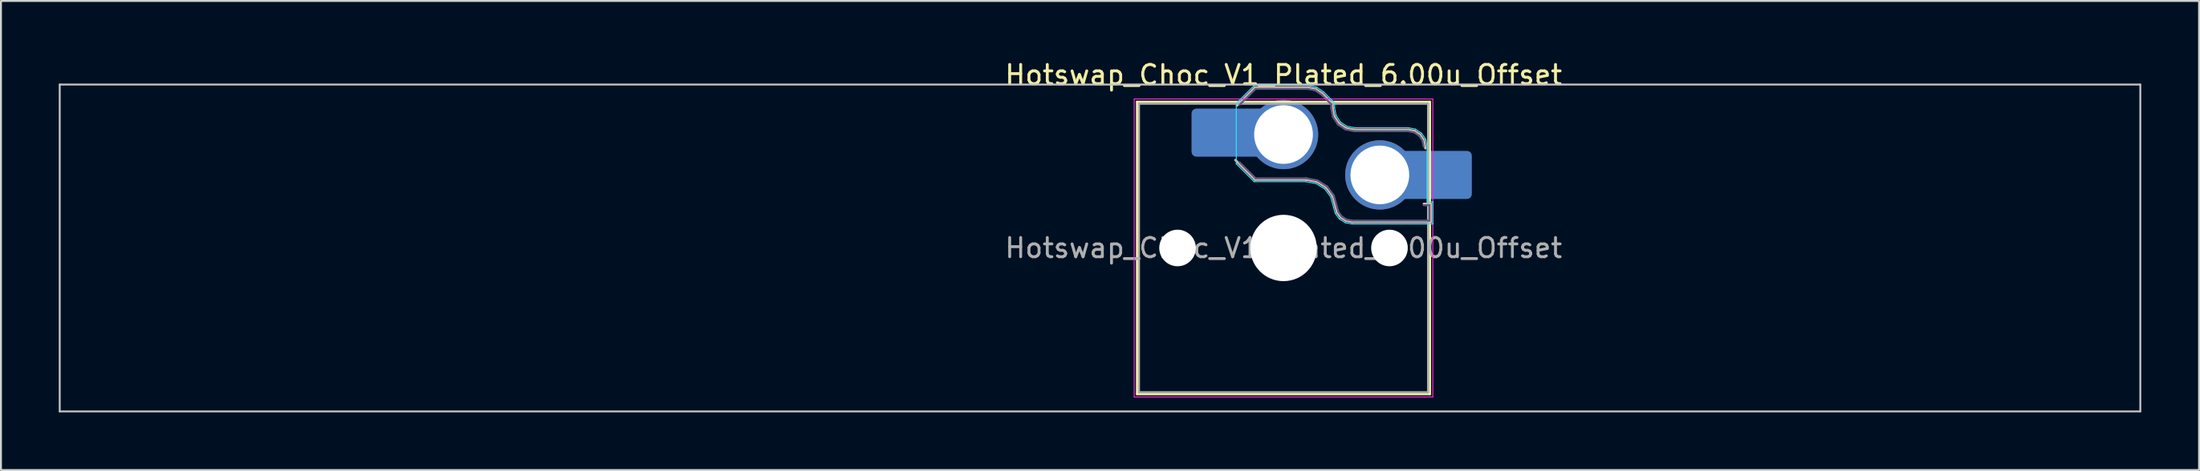
<source format=kicad_pcb>
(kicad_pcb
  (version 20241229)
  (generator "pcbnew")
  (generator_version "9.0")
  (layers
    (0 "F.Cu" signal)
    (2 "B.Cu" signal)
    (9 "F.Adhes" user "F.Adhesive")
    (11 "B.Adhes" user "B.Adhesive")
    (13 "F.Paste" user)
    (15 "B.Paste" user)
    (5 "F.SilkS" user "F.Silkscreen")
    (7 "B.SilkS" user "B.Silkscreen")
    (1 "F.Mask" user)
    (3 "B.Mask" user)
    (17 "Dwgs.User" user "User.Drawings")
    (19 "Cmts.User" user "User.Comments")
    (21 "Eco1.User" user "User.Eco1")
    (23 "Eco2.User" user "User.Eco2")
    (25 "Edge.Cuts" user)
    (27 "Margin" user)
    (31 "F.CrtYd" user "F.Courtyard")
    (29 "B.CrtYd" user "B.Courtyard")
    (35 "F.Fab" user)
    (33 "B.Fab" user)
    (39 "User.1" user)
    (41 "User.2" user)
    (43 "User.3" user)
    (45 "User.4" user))
  (footprint "Hotswap_Choc_V1_Plated_6.00u_Offset"
    (layer "F.Cu")
    (at 63.575 9.848)
    (property "Reference" "Hotswap_Choc_V1_Plated_6.00u_Offset" (at 0 -9 0) (layer "F.SilkS") (effects (font (size 1 1) (thickness 0.15))))
    (attr smd)
    (fp_line (start -7.6 -7.6) (end -7.6 7.6) (stroke (width 0.12) (type solid)) (layer "F.SilkS"))
    (fp_line (start -7.6 7.6) (end 7.6 7.6) (stroke (width 0.12) (type solid)) (layer "F.SilkS"))
    (fp_line (start 7.6 -7.6) (end -7.6 -7.6) (stroke (width 0.12) (type solid)) (layer "F.SilkS"))
    (fp_line (start 7.6 7.6) (end 7.6 -7.6) (stroke (width 0.12) (type solid)) (layer "F.SilkS"))
    (fp_line (start -2.416 -7.409) (end -1.479 -8.346) (stroke (width 0.12) (type solid)) (layer "B.SilkS"))
    (fp_line (start -1.479 -8.346) (end 1.268 -8.346) (stroke (width 0.12) (type solid)) (layer "B.SilkS"))
    (fp_line (start -1.479 -3.554) (end -2.5 -4.575) (stroke (width 0.12) (type solid)) (layer "B.SilkS"))
    (fp_line (start 1.168 -3.554) (end -1.479 -3.554) (stroke (width 0.12) (type solid)) (layer "B.SilkS"))
    (fp_line (start 1.268 -8.346) (end 1.671 -8.266) (stroke (width 0.12) (type solid)) (layer "B.SilkS"))
    (fp_line (start 1.671 -8.266) (end 2.013 -8.037) (stroke (width 0.12) (type solid)) (layer "B.SilkS"))
    (fp_line (start 1.73 -3.449) (end 1.168 -3.554) (stroke (width 0.12) (type solid)) (layer "B.SilkS"))
    (fp_line (start 2.013 -8.037) (end 2.546 -7.504) (stroke (width 0.12) (type solid)) (layer "B.SilkS"))
    (fp_line (start 2.209 -3.15) (end 1.73 -3.449) (stroke (width 0.12) (type solid)) (layer "B.SilkS"))
    (fp_line (start 2.546 -7.504) (end 2.546 -7.282) (stroke (width 0.12) (type solid)) (layer "B.SilkS"))
    (fp_line (start 2.546 -7.282) (end 2.633 -6.844) (stroke (width 0.12) (type solid)) (layer "B.SilkS"))
    (fp_line (start 2.547 -2.697) (end 2.209 -3.15) (stroke (width 0.12) (type solid)) (layer "B.SilkS"))
    (fp_line (start 2.633 -6.844) (end 2.877 -6.477) (stroke (width 0.12) (type solid)) (layer "B.SilkS"))
    (fp_line (start 2.701 -2.139) (end 2.547 -2.697) (stroke (width 0.12) (type solid)) (layer "B.SilkS"))
    (fp_line (start 2.783 -1.841) (end 2.701 -2.139) (stroke (width 0.12) (type solid)) (layer "B.SilkS"))
    (fp_line (start 2.877 -6.477) (end 3.244 -6.233) (stroke (width 0.12) (type solid)) (layer "B.SilkS"))
    (fp_line (start 2.976 -1.583) (end 2.783 -1.841) (stroke (width 0.12) (type solid)) (layer "B.SilkS"))
    (fp_line (start 3.244 -6.233) (end 3.682 -6.146) (stroke (width 0.12) (type solid)) (layer "B.SilkS"))
    (fp_line (start 3.25 -1.413) (end 2.976 -1.583) (stroke (width 0.12) (type solid)) (layer "B.SilkS"))
    (fp_line (start 3.56 -1.354) (end 3.25 -1.413) (stroke (width 0.12) (type solid)) (layer "B.SilkS"))
    (fp_line (start 3.682 -6.146) (end 6.482 -6.146) (stroke (width 0.12) (type solid)) (layer "B.SilkS"))
    (fp_line (start 6.482 -6.146) (end 6.809 -6.081) (stroke (width 0.12) (type solid)) (layer "B.SilkS"))
    (fp_line (start 6.809 -6.081) (end 7.092 -5.892) (stroke (width 0.12) (type solid)) (layer "B.SilkS"))
    (fp_line (start 7.092 -5.892) (end 7.281 -5.609) (stroke (width 0.12) (type solid)) (layer "B.SilkS"))
    (fp_line (start 7.281 -5.609) (end 7.366 -5.182) (stroke (width 0.12) (type solid)) (layer "B.SilkS"))
    (fp_line (start 7.283 -2.296) (end 7.646 -2.296) (stroke (width 0.12) (type solid)) (layer "B.SilkS"))
    (fp_line (start 7.646 -2.296) (end 7.646 -1.354) (stroke (width 0.12) (type solid)) (layer "B.SilkS"))
    (fp_line (start 7.646 -1.354) (end 3.56 -1.354) (stroke (width 0.12) (type solid)) (layer "B.SilkS"))
    (fp_line (start -63.525 -8.5) (end -63.525 8.5) (stroke (width 0.1) (type solid)) (layer "Dwgs.User"))
    (fp_line (start -63.525 8.5) (end 44.475 8.5) (stroke (width 0.1) (type solid)) (layer "Dwgs.User"))
    (fp_line (start 44.475 -8.5) (end -63.525 -8.5) (stroke (width 0.1) (type solid)) (layer "Dwgs.User"))
    (fp_line (start 44.475 8.5) (end 44.475 -8.5) (stroke (width 0.1) (type solid)) (layer "Dwgs.User"))
    (fp_line (start -7.25 -7.25) (end -7.25 7.25) (stroke (width 0.1) (type solid)) (layer "Eco1.User"))
    (fp_line (start -7.25 7.25) (end 7.25 7.25) (stroke (width 0.1) (type solid)) (layer "Eco1.User"))
    (fp_line (start 7.25 -7.25) (end -7.25 -7.25) (stroke (width 0.1) (type solid)) (layer "Eco1.User"))
    (fp_line (start 7.25 7.25) (end 7.25 -7.25) (stroke (width 0.1) (type solid)) (layer "Eco1.User"))
    (fp_line (start -2.452 -7.523) (end -1.523 -8.452) (stroke (width 0.05) (type solid)) (layer "B.CrtYd"))
    (fp_line (start -2.452 -4.377) (end -2.452 -7.523) (stroke (width 0.05) (type solid)) (layer "B.CrtYd"))
    (fp_line (start -1.523 -8.452) (end 1.278 -8.452) (stroke (width 0.05) (type solid)) (layer "B.CrtYd"))
    (fp_line (start -1.523 -3.448) (end -2.452 -4.377) (stroke (width 0.05) (type solid)) (layer "B.CrtYd"))
    (fp_line (start 1.159 -3.448) (end -1.523 -3.448) (stroke (width 0.05) (type solid)) (layer "B.CrtYd"))
    (fp_line (start 1.278 -8.452) (end 1.712 -8.366) (stroke (width 0.05) (type solid)) (layer "B.CrtYd"))
    (fp_line (start 1.691 -3.348) (end 1.159 -3.448) (stroke (width 0.05) (type solid)) (layer "B.CrtYd"))
    (fp_line (start 1.712 -8.366) (end 2.081 -8.119) (stroke (width 0.05) (type solid)) (layer "B.CrtYd"))
    (fp_line (start 2.081 -8.119) (end 2.652 -7.548) (stroke (width 0.05) (type solid)) (layer "B.CrtYd"))
    (fp_line (start 2.136 -3.071) (end 1.691 -3.348) (stroke (width 0.05) (type solid)) (layer "B.CrtYd"))
    (fp_line (start 2.45 -2.65) (end 2.136 -3.071) (stroke (width 0.05) (type solid)) (layer "B.CrtYd"))
    (fp_line (start 2.599 -2.111) (end 2.45 -2.65) (stroke (width 0.05) (type solid)) (layer "B.CrtYd"))
    (fp_line (start 2.652 -7.548) (end 2.652 -7.292) (stroke (width 0.05) (type solid)) (layer "B.CrtYd"))
    (fp_line (start 2.652 -7.292) (end 2.733 -6.885) (stroke (width 0.05) (type solid)) (layer "B.CrtYd"))
    (fp_line (start 2.687 -1.794) (end 2.599 -2.111) (stroke (width 0.05) (type solid)) (layer "B.CrtYd"))
    (fp_line (start 2.733 -6.885) (end 2.953 -6.553) (stroke (width 0.05) (type solid)) (layer "B.CrtYd"))
    (fp_line (start 2.903 -1.503) (end 2.687 -1.794) (stroke (width 0.05) (type solid)) (layer "B.CrtYd"))
    (fp_line (start 2.953 -6.553) (end 3.285 -6.333) (stroke (width 0.05) (type solid)) (layer "B.CrtYd"))
    (fp_line (start 3.211 -1.312) (end 2.903 -1.503) (stroke (width 0.05) (type solid)) (layer "B.CrtYd"))
    (fp_line (start 3.285 -6.333) (end 3.692 -6.252) (stroke (width 0.05) (type solid)) (layer "B.CrtYd"))
    (fp_line (start 3.55 -1.248) (end 3.211 -1.312) (stroke (width 0.05) (type solid)) (layer "B.CrtYd"))
    (fp_line (start 3.692 -6.252) (end 6.492 -6.252) (stroke (width 0.05) (type solid)) (layer "B.CrtYd"))
    (fp_line (start 6.492 -6.252) (end 6.85 -6.181) (stroke (width 0.05) (type solid)) (layer "B.CrtYd"))
    (fp_line (start 6.85 -6.181) (end 7.168 -5.968) (stroke (width 0.05) (type solid)) (layer "B.CrtYd"))
    (fp_line (start 7.168 -5.968) (end 7.381 -5.65) (stroke (width 0.05) (type solid)) (layer "B.CrtYd"))
    (fp_line (start 7.381 -5.65) (end 7.452 -5.292) (stroke (width 0.05) (type solid)) (layer "B.CrtYd"))
    (fp_line (start 7.452 -5.292) (end 7.452 -2.402) (stroke (width 0.05) (type solid)) (layer "B.CrtYd"))
    (fp_line (start 7.452 -2.402) (end 7.752 -2.402) (stroke (width 0.05) (type solid)) (layer "B.CrtYd"))
    (fp_line (start 7.752 -2.402) (end 7.752 -1.248) (stroke (width 0.05) (type solid)) (layer "B.CrtYd"))
    (fp_line (start 7.752 -1.248) (end 3.55 -1.248) (stroke (width 0.05) (type solid)) (layer "B.CrtYd"))
    (fp_line (start -7.75 -7.75) (end -7.75 7.75) (stroke (width 0.05) (type solid)) (layer "F.CrtYd"))
    (fp_line (start -7.75 7.75) (end 7.75 7.75) (stroke (width 0.05) (type solid)) (layer "F.CrtYd"))
    (fp_line (start 7.75 -7.75) (end -7.75 -7.75) (stroke (width 0.05) (type solid)) (layer "F.CrtYd"))
    (fp_line (start 7.75 7.75) (end 7.75 -7.75) (stroke (width 0.05) (type solid)) (layer "F.CrtYd"))
    (fp_line (start -2.275 -7.45) (end -1.45 -8.275) (stroke (width 0.1) (type solid)) (layer "B.Fab"))
    (fp_line (start -1.45 -8.275) (end 1.261 -8.275) (stroke (width 0.1) (type solid)) (layer "B.Fab"))
    (fp_line (start -1.45 -3.625) (end -2.275 -4.45) (stroke (width 0.1) (type solid)) (layer "B.Fab"))
    (fp_line (start 1.175 -3.625) (end -1.45 -3.625) (stroke (width 0.1) (type solid)) (layer "B.Fab"))
    (fp_line (start 1.261 -8.275) (end 1.643 -8.199) (stroke (width 0.1) (type solid)) (layer "B.Fab"))
    (fp_line (start 1.643 -8.199) (end 1.968 -7.982) (stroke (width 0.1) (type solid)) (layer "B.Fab"))
    (fp_line (start 1.756 -3.516) (end 1.175 -3.625) (stroke (width 0.1) (type solid)) (layer "B.Fab"))
    (fp_line (start 1.968 -7.982) (end 2.475 -7.475) (stroke (width 0.1) (type solid)) (layer "B.Fab"))
    (fp_line (start 2.258 -3.203) (end 1.756 -3.516) (stroke (width 0.1) (type solid)) (layer "B.Fab"))
    (fp_line (start 2.475 -7.475) (end 2.475 -7.275) (stroke (width 0.1) (type solid)) (layer "B.Fab"))
    (fp_line (start 2.475 -7.275) (end 2.566 -6.816) (stroke (width 0.1) (type solid)) (layer "B.Fab"))
    (fp_line (start 2.566 -6.816) (end 2.826 -6.426) (stroke (width 0.1) (type solid)) (layer "B.Fab"))
    (fp_line (start 2.612 -2.729) (end 2.258 -3.203) (stroke (width 0.1) (type solid)) (layer "B.Fab"))
    (fp_line (start 2.769 -2.158) (end 2.612 -2.729) (stroke (width 0.1) (type solid)) (layer "B.Fab"))
    (fp_line (start 2.826 -6.426) (end 3.216 -6.166) (stroke (width 0.1) (type solid)) (layer "B.Fab"))
    (fp_line (start 2.848 -1.873) (end 2.769 -2.158) (stroke (width 0.1) (type solid)) (layer "B.Fab"))
    (fp_line (start 3.025 -1.636) (end 2.848 -1.873) (stroke (width 0.1) (type solid)) (layer "B.Fab"))
    (fp_line (start 3.216 -6.166) (end 3.675 -6.075) (stroke (width 0.1) (type solid)) (layer "B.Fab"))
    (fp_line (start 3.276 -1.48) (end 3.025 -1.636) (stroke (width 0.1) (type solid)) (layer "B.Fab"))
    (fp_line (start 3.567 -1.425) (end 3.276 -1.48) (stroke (width 0.1) (type solid)) (layer "B.Fab"))
    (fp_line (start 3.675 -6.075) (end 6.475 -6.075) (stroke (width 0.1) (type solid)) (layer "B.Fab"))
    (fp_line (start 6.475 -6.075) (end 6.781 -6.014) (stroke (width 0.1) (type solid)) (layer "B.Fab"))
    (fp_line (start 6.781 -6.014) (end 7.041 -5.841) (stroke (width 0.1) (type solid)) (layer "B.Fab"))
    (fp_line (start 7.041 -5.841) (end 7.214 -5.581) (stroke (width 0.1) (type solid)) (layer "B.Fab"))
    (fp_line (start 7.214 -5.581) (end 7.275 -5.275) (stroke (width 0.1) (type solid)) (layer "B.Fab"))
    (fp_line (start 7.275 -2.225) (end 7.575 -2.225) (stroke (width 0.1) (type solid)) (layer "B.Fab"))
    (fp_line (start 7.575 -2.225) (end 7.575 -1.425) (stroke (width 0.1) (type solid)) (layer "B.Fab"))
    (fp_line (start 7.575 -1.425) (end 3.567 -1.425) (stroke (width 0.1) (type solid)) (layer "B.Fab"))
    (fp_line (start -7.5 -7.5) (end -7.5 7.5) (stroke (width 0.1) (type solid)) (layer "F.Fab"))
    (fp_line (start -7.5 7.5) (end 7.5 7.5) (stroke (width 0.1) (type solid)) (layer "F.Fab"))
    (fp_line (start 7.5 -7.5) (end -7.5 -7.5) (stroke (width 0.1) (type solid)) (layer "F.Fab"))
    (fp_line (start 7.5 7.5) (end 7.5 -7.5) (stroke (width 0.1) (type solid)) (layer "F.Fab"))
    (fp_text user "${REFERENCE}" (at 0 0 0) (layer "F.Fab") (effects (font (size 1 1) (thickness 0.15))))
    (pad "" np_thru_hole circle (at -5.5 0) (size 1.9 1.9) (drill 1.9) (layers "*.Cu" "*.Mask"))
    (pad "" smd roundrect (at -3.5 -6) (size 2.55 2.5) (layers "B.Mask" "B.Paste") (roundrect_rratio 0.1))
    (pad "" np_thru_hole circle (at 0 0) (size 3.45 3.45) (drill 3.45) (layers "*.Cu" "*.Mask"))
    (pad "" np_thru_hole circle (at 5.5 0) (size 1.9 1.9) (drill 1.9) (layers "*.Cu" "*.Mask"))
    (pad "" smd roundrect (at 8.5 -3.8) (size 2.55 2.5) (layers "B.Mask" "B.Paste") (roundrect_rratio 0.1))
    (pad "1" smd roundrect (at -2.85 -6) (size 3.85 2.5) (layers "B.Cu") (roundrect_rratio 0.1))
    (pad "1" thru_hole circle (at 0 -5.9) (size 3.6 3.6) (drill 3.05) (layers "*.Cu" "*.Mask"))
    (pad "2" thru_hole circle (at 5 -3.8) (size 3.6 3.6) (drill 3.05) (layers "*.Cu" "*.Mask"))
    (pad "2" smd roundrect (at 7.85 -3.8) (size 3.85 2.5) (layers "B.Cu") (roundrect_rratio 0.1)))
  (gr_rect
    (start -3 -3)
    (end 111.1 21.398)
    (stroke (width 0.1) (type default))
    (fill no)
    (layer "Edge.Cuts")))
</source>
